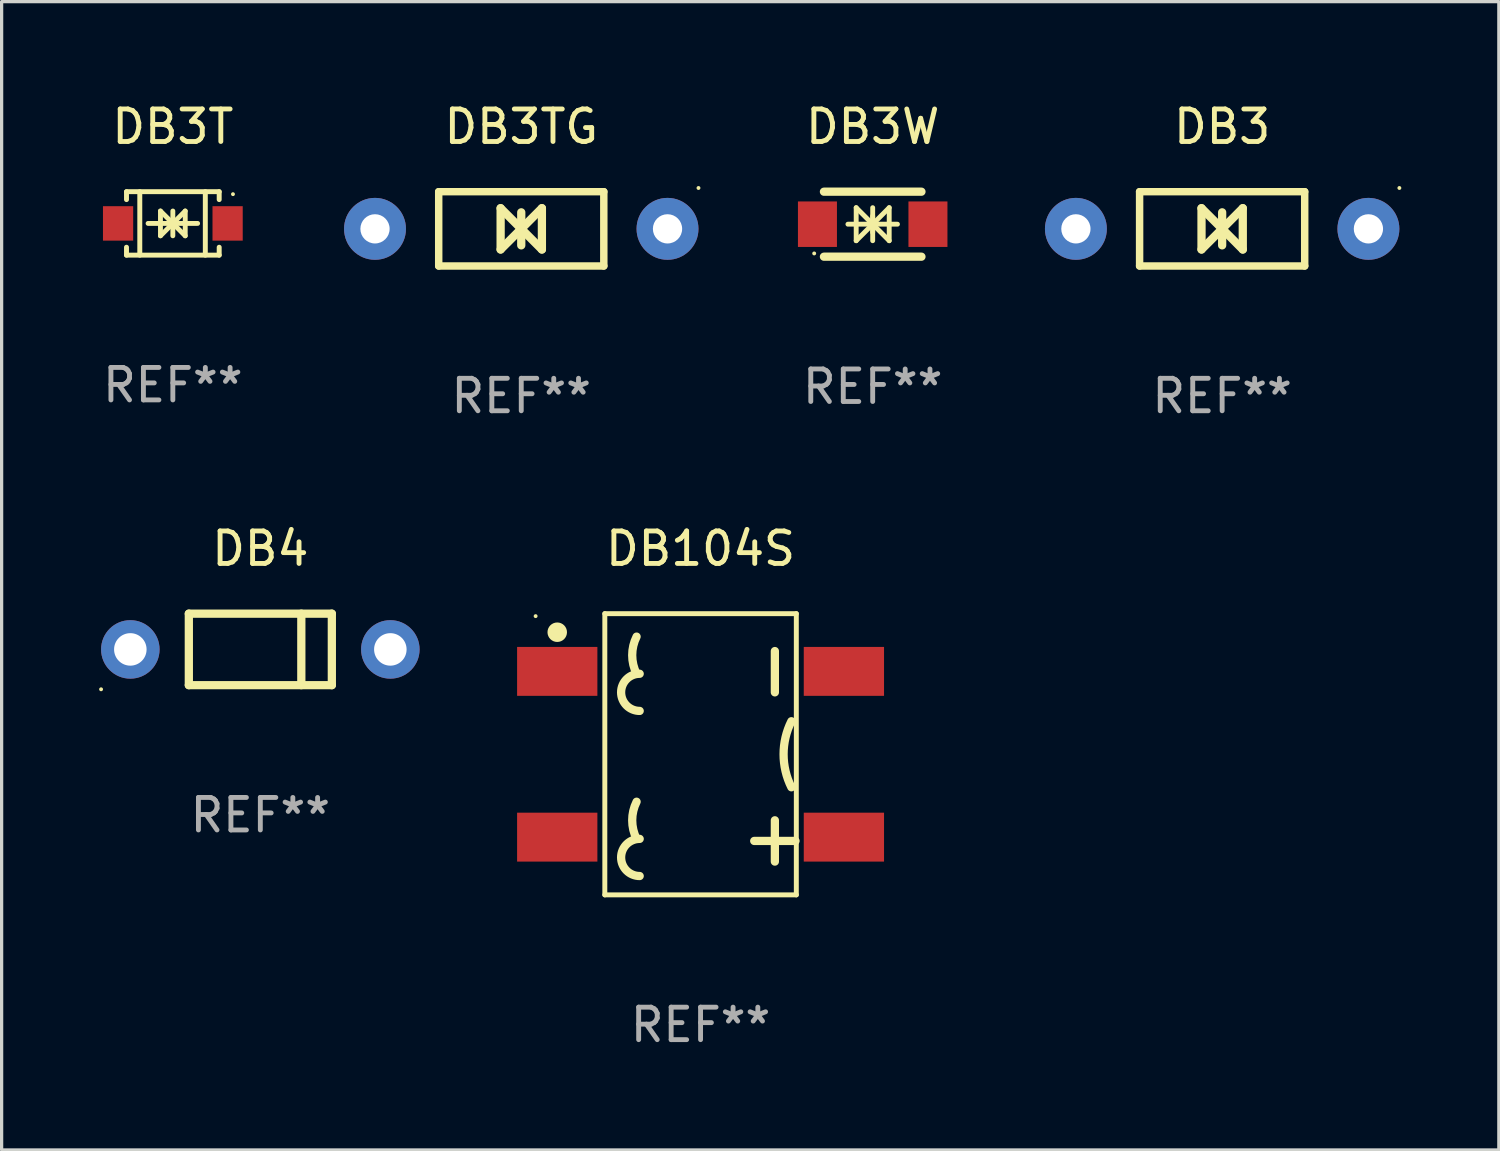
<source format=kicad_pcb>
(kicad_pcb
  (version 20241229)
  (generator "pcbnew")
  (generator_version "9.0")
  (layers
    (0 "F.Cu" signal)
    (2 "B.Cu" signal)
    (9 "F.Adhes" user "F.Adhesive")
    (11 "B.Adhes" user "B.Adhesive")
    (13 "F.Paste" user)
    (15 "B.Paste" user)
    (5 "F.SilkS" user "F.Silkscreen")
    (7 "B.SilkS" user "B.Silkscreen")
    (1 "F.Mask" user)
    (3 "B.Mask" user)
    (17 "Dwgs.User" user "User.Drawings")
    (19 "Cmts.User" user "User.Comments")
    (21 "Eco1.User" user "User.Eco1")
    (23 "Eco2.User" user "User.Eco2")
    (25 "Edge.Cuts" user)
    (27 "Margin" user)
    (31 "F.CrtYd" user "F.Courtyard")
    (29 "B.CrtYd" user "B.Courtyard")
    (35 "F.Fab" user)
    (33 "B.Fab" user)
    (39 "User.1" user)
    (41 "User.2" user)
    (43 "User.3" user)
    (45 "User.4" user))
  (footprint "DB3T"
    (layer "F.Cu")
    (at 2.268 3.824)
    (property "Reference" "DB3T" (at 0 -2.976 0) (layer "F.SilkS") (effects (font (size 1 1) (thickness 0.15))))
    (attr through_hole)
    (fp_line (start -1.426 -0.976) (end -1.426 -0.733) (stroke (width 0.152) (type solid)) (layer "F.SilkS"))
    (fp_line (start -1.426 -0.976) (end 1.426 -0.976) (stroke (width 0.152) (type solid)) (layer "F.SilkS"))
    (fp_line (start -1.426 0.976) (end -1.426 0.733) (stroke (width 0.152) (type solid)) (layer "F.SilkS"))
    (fp_line (start -1.426 0.976) (end 1.426 0.976) (stroke (width 0.152) (type solid)) (layer "F.SilkS"))
    (fp_line (start -1.017 -0.976) (end -1.017 0.976) (stroke (width 0.152) (type solid)) (layer "F.SilkS"))
    (fp_line (start -0.762 0) (end 0.762 0) (stroke (width 0.15) (type solid)) (layer "F.SilkS"))
    (fp_line (start -0.381 -0.381) (end 0 0) (stroke (width 0.15) (type solid)) (layer "F.SilkS"))
    (fp_line (start -0.381 0.381) (end -0.381 -0.381) (stroke (width 0.15) (type solid)) (layer "F.SilkS"))
    (fp_line (start 0 -0.381) (end 0 0.381) (stroke (width 0.15) (type solid)) (layer "F.SilkS"))
    (fp_line (start 0 0) (end -0.381 0.381) (stroke (width 0.15) (type solid)) (layer "F.SilkS"))
    (fp_line (start 0 0) (end 0.381 -0.381) (stroke (width 0.15) (type solid)) (layer "F.SilkS"))
    (fp_line (start 0.381 -0.381) (end 0.381 0.381) (stroke (width 0.15) (type solid)) (layer "F.SilkS"))
    (fp_line (start 0.381 0.381) (end 0 0) (stroke (width 0.15) (type solid)) (layer "F.SilkS"))
    (fp_line (start 0.999 -0.976) (end 0.999 0.976) (stroke (width 0.152) (type solid)) (layer "F.SilkS"))
    (fp_line (start 1.426 -0.976) (end 1.426 -0.733) (stroke (width 0.152) (type solid)) (layer "F.SilkS"))
    (fp_line (start 1.426 0.976) (end 1.426 0.733) (stroke (width 0.152) (type solid)) (layer "F.SilkS"))
    (fp_circle (center 1.85 -0.9) (end 1.88 -0.9) (stroke (width 0.06) (type solid)) (fill no) (layer "F.SilkS"))
    (fp_text user "REF**" (at 0 4.976 0) (layer "F.Fab") (effects (font (size 1 1) (thickness 0.15))))
    (pad "1" smd rect (at 1.685 0 180) (size 0.93 1.06) (layers "F.Cu" "F.Mask" "F.Paste"))
    (pad "2" smd rect (at -1.685 0 180) (size 0.93 1.06) (layers "F.Cu" "F.Mask" "F.Paste")))
  (footprint "DB3"
    (layer "F.Cu")
    (at 34.553 3.991)
    (property "Reference" "DB3" (at 0 -3.143 0) (layer "F.SilkS") (effects (font (size 1 1) (thickness 0.15))))
    (attr through_hole)
    (fp_line (start -2.54 -1.143) (end 2.54 -1.143) (stroke (width 0.229) (type solid)) (layer "F.SilkS"))
    (fp_line (start -2.54 1.143) (end -2.54 -1.143) (stroke (width 0.229) (type solid)) (layer "F.SilkS"))
    (fp_line (start -0.635 -0.635) (end 0.635 0.635) (stroke (width 0.254) (type solid)) (layer "F.SilkS"))
    (fp_line (start -0.635 0.635) (end -0.635 -0.635) (stroke (width 0.254) (type solid)) (layer "F.SilkS"))
    (fp_line (start 0 -0.508) (end 0 0.508) (stroke (width 0.254) (type solid)) (layer "F.SilkS"))
    (fp_line (start 0.635 -0.635) (end -0.635 0.635) (stroke (width 0.254) (type solid)) (layer "F.SilkS"))
    (fp_line (start 0.635 0.635) (end 0.635 -0.635) (stroke (width 0.254) (type solid)) (layer "F.SilkS"))
    (fp_line (start 2.54 -1.143) (end 2.54 1.143) (stroke (width 0.229) (type solid)) (layer "F.SilkS"))
    (fp_line (start 2.54 1.143) (end -2.54 1.143) (stroke (width 0.229) (type solid)) (layer "F.SilkS"))
    (fp_circle (center 5.453 -1.257) (end 5.483 -1.257) (stroke (width 0.06) (type solid)) (fill no) (layer "F.SilkS"))
    (fp_text user "REF**" (at 0 5.143 0) (layer "F.Fab") (effects (font (size 1 1) (thickness 0.15))))
    (pad "1" thru_hole circle (at 4.5 0) (size 1.905 1.905) (drill 0.9) (layers "*.Cu" "*.Mask"))
    (pad "2" thru_hole circle (at -4.5 0) (size 1.905 1.905) (drill 0.9) (layers "*.Cu" "*.Mask")))
  (footprint "DB104S"
    (layer "F.Cu")
    (at 18.505 20.157)
    (property "Reference" "DB104S" (at 0 -6.326 0) (layer "F.SilkS") (effects (font (size 1 1) (thickness 0.15))))
    (attr through_hole)
    (fp_line (start -2.946 -4.326) (end 2.946 -4.326) (stroke (width 0.152) (type solid)) (layer "F.SilkS"))
    (fp_line (start -2.946 4.326) (end -2.946 -4.326) (stroke (width 0.152) (type solid)) (layer "F.SilkS"))
    (fp_line (start 1.651 2.667) (end 2.921 2.667) (stroke (width 0.254) (type solid)) (layer "F.SilkS"))
    (fp_line (start 2.286 -3.175) (end 2.286 -1.905) (stroke (width 0.254) (type solid)) (layer "F.SilkS"))
    (fp_line (start 2.286 2.032) (end 2.286 3.302) (stroke (width 0.254) (type solid)) (layer "F.SilkS"))
    (fp_line (start 2.946 -4.326) (end 2.946 4.326) (stroke (width 0.152) (type solid)) (layer "F.SilkS"))
    (fp_line (start 2.946 4.326) (end -2.946 4.326) (stroke (width 0.152) (type solid)) (layer "F.SilkS"))
    (fp_arc (start -1.968504 -2.476505) (mid -2.103417 -3.048006) (end -1.968504 -3.619507) (stroke (width 0.254001) (type solid)) (layer "F.SilkS"))
    (fp_arc (start -1.968504 2.603505) (mid -2.103417 2.032004) (end -1.968504 1.460503) (stroke (width 0.254001) (type solid)) (layer "F.SilkS"))
    (fp_arc (start -1.873254 -1.333503) (mid -2.444755 -1.905004) (end -1.873254 -2.476505) (stroke (width 0.254001) (type solid)) (layer "F.SilkS"))
    (fp_arc (start -1.873254 3.746507) (mid -2.444755 3.175006) (end -1.873254 2.603505) (stroke (width 0.254001) (type solid)) (layer "F.SilkS"))
    (fp_arc (start 2.794006 1.016002) (mid 2.55416 0) (end 2.794006 -1.016002) (stroke (width 0.254001) (type solid)) (layer "F.SilkS"))
    (fp_circle (center -5.075 -4.25) (end -5.045 -4.25) (stroke (width 0.06) (type solid)) (fill no) (layer "F.SilkS"))
    (fp_circle (center -4.41 -3.755) (end -4.26 -3.755) (stroke (width 0.3) (type solid)) (fill no) (layer "F.SilkS"))
    (fp_text user "REF**" (at 0 8.326 0) (layer "F.Fab") (effects (font (size 1 1) (thickness 0.15))))
    (pad "1" smd rect (at -4.41 -2.55 90) (size 1.505 2.47) (layers "F.Cu" "F.Mask" "F.Paste"))
    (pad "2" smd rect (at -4.41 2.55 90) (size 1.505 2.47) (layers "F.Cu" "F.Mask" "F.Paste"))
    (pad "3" smd rect (at 4.41 2.55 90) (size 1.505 2.47) (layers "F.Cu" "F.Mask" "F.Paste"))
    (pad "4" smd rect (at 4.41 -2.55 90) (size 1.505 2.47) (layers "F.Cu" "F.Mask" "F.Paste")))
  (footprint "DB3TG"
    (layer "F.Cu")
    (at 12.988 3.991)
    (property "Reference" "DB3TG" (at 0 -3.143 0) (layer "F.SilkS") (effects (font (size 1 1) (thickness 0.15))))
    (attr through_hole)
    (fp_line (start -2.54 -1.143) (end 2.54 -1.143) (stroke (width 0.229) (type solid)) (layer "F.SilkS"))
    (fp_line (start -2.54 1.143) (end -2.54 -1.143) (stroke (width 0.229) (type solid)) (layer "F.SilkS"))
    (fp_line (start -0.635 -0.635) (end 0.635 0.635) (stroke (width 0.254) (type solid)) (layer "F.SilkS"))
    (fp_line (start -0.635 0.635) (end -0.635 -0.635) (stroke (width 0.254) (type solid)) (layer "F.SilkS"))
    (fp_line (start 0 -0.508) (end 0 0.508) (stroke (width 0.254) (type solid)) (layer "F.SilkS"))
    (fp_line (start 0.635 -0.635) (end -0.635 0.635) (stroke (width 0.254) (type solid)) (layer "F.SilkS"))
    (fp_line (start 0.635 0.635) (end 0.635 -0.635) (stroke (width 0.254) (type solid)) (layer "F.SilkS"))
    (fp_line (start 2.54 -1.143) (end 2.54 1.143) (stroke (width 0.229) (type solid)) (layer "F.SilkS"))
    (fp_line (start 2.54 1.143) (end -2.54 1.143) (stroke (width 0.229) (type solid)) (layer "F.SilkS"))
    (fp_circle (center 5.453 -1.257) (end 5.483 -1.257) (stroke (width 0.06) (type solid)) (fill no) (layer "F.SilkS"))
    (fp_text user "REF**" (at 0 5.143 0) (layer "F.Fab") (effects (font (size 1 1) (thickness 0.15))))
    (pad "1" thru_hole circle (at 4.5 0) (size 1.905 1.905) (drill 0.9) (layers "*.Cu" "*.Mask"))
    (pad "2" thru_hole circle (at -4.5 0) (size 1.905 1.905) (drill 0.9) (layers "*.Cu" "*.Mask")))
  (footprint "DB4"
    (layer "F.Cu")
    (at 4.96 16.931)
    (property "Reference" "DB4" (at 0 -3.1 0) (layer "F.SilkS") (effects (font (size 1 1) (thickness 0.15))))
    (attr through_hole)
    (fp_line (start -2.2 1.1) (end -2.2 -1.1) (stroke (width 0.254) (type solid)) (layer "F.SilkS"))
    (fp_line (start 1.261 1.1) (end 1.261 -1.1) (stroke (width 0.254) (type solid)) (layer "F.SilkS"))
    (fp_line (start 2.2 -1.1) (end -2.2 -1.1) (stroke (width 0.254) (type solid)) (layer "F.SilkS"))
    (fp_line (start 2.2 1.1) (end -2.2 1.1) (stroke (width 0.254) (type solid)) (layer "F.SilkS"))
    (fp_line (start 2.2 1.1) (end 2.2 -1.1) (stroke (width 0.254) (type solid)) (layer "F.SilkS"))
    (fp_circle (center -4.9 1.227) (end -4.87 1.227) (stroke (width 0.06) (type solid)) (fill no) (layer "F.SilkS"))
    (fp_text user "REF**" (at 0 5.1 0) (layer "F.Fab") (effects (font (size 1 1) (thickness 0.15))))
    (pad "1" thru_hole circle (at -4 0) (size 1.8 1.8) (drill 1) (layers "*.Cu" "*.Mask"))
    (pad "2" thru_hole circle (at 4 0) (size 1.8 1.8) (drill 1) (layers "*.Cu" "*.Mask")))
  (footprint "DB3W"
    (layer "F.Cu")
    (at 23.801 3.848)
    (property "Reference" "DB3W" (at 0 -3 0) (layer "F.SilkS") (effects (font (size 1 1) (thickness 0.15))))
    (attr through_hole)
    (fp_line (start -1.5 -1) (end 1.5 -1) (stroke (width 0.254) (type solid)) (layer "F.SilkS"))
    (fp_line (start -1.5 1) (end 1.5 1) (stroke (width 0.254) (type solid)) (layer "F.SilkS"))
    (fp_line (start -0.762 0) (end 0.762 0) (stroke (width 0.15) (type solid)) (layer "F.SilkS"))
    (fp_line (start -0.508 -0.508) (end -0.508 0.508) (stroke (width 0.15) (type solid)) (layer "F.SilkS"))
    (fp_line (start 0 -0.508) (end 0 0.508) (stroke (width 0.15) (type solid)) (layer "F.SilkS"))
    (fp_line (start 0 0) (end -0.508 -0.508) (stroke (width 0.15) (type solid)) (layer "F.SilkS"))
    (fp_line (start 0 0) (end -0.508 0.508) (stroke (width 0.15) (type solid)) (layer "F.SilkS"))
    (fp_line (start 0 0) (end 0.508 -0.508) (stroke (width 0.15) (type solid)) (layer "F.SilkS"))
    (fp_line (start 0 0) (end 0.508 0.508) (stroke (width 0.15) (type solid)) (layer "F.SilkS"))
    (fp_line (start 0 0.254) (end 0 -0.254) (stroke (width 0.15) (type solid)) (layer "F.SilkS"))
    (fp_line (start 0.508 0.508) (end 0.508 -0.508) (stroke (width 0.15) (type solid)) (layer "F.SilkS"))
    (fp_circle (center -1.8 0.9) (end -1.77 0.9) (stroke (width 0.06) (type solid)) (fill no) (layer "F.SilkS"))
    (fp_text user "REF**" (at 0 5 0) (layer "F.Fab") (effects (font (size 1 1) (thickness 0.15))))
    (pad "1" smd rect (at -1.7 0) (size 1.2 1.4) (layers "F.Cu" "F.Mask" "F.Paste"))
    (pad "2" smd rect (at 1.7 0) (size 1.2 1.4) (layers "F.Cu" "F.Mask" "F.Paste")))
  (gr_rect
    (start -3 -3)
    (end 43.066 32.331)
    (stroke (width 0.1) (type default))
    (fill no)
    (layer "Edge.Cuts")))
</source>
